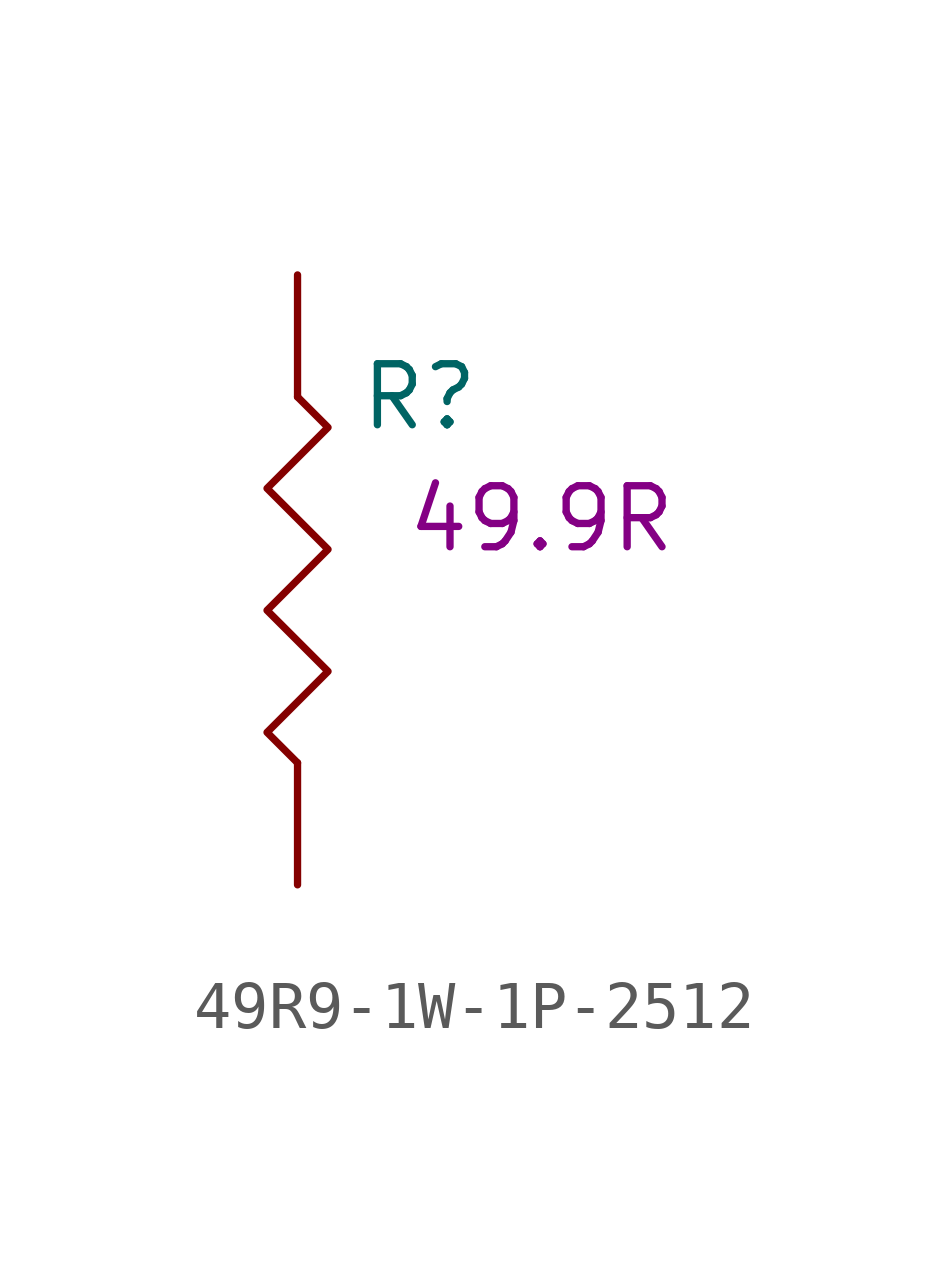
<source format=kicad_sym>
(kicad_symbol_lib
  (version 20211014)
  (generator kicad_symbol_editor)
  (symbol "49R9-1W-1P-2512"
    (pin_numbers hide)
    (pin_names
      (offset 1.27) hide)
    (property "Reference" "R"
      (at 2.54 -2.54 0)
      (effects (font (size 1.27 1.27))))
    (property "Desc1" "49.9R"
      (at 5.08 -5.08 0)
      (effects (font (size 1.27 1.27))))
    (symbol "49R9-1W-1P-2512_0_1"
      (polyline (pts (xy 0 -2.54) (xy 0.635 -3.175) (xy -0.635 -4.445) (xy 0.635 -5.715) (xy -0.635 -6.985) (xy 0.635 -8.255) (xy -0.635 -9.525) (xy 0 -10.16)) (stroke (width 0) (type default) (color 0 0 0 0)) (fill (type none))))
    (symbol "49R9-1W-1P-2512_1_1"
      (pin passive line (at 0 0 270) (length 2.54) (name "1" (effects (font (size 1.27 1.27)))) (number "1" (effects (font (size 1.27 1.27)))))
      (pin passive line (at 0 -12.7 90) (length 2.54) (name "2" (effects (font (size 1.27 1.27)))) (number "2" (effects (font (size 1.27 1.27))))))))
</source>
